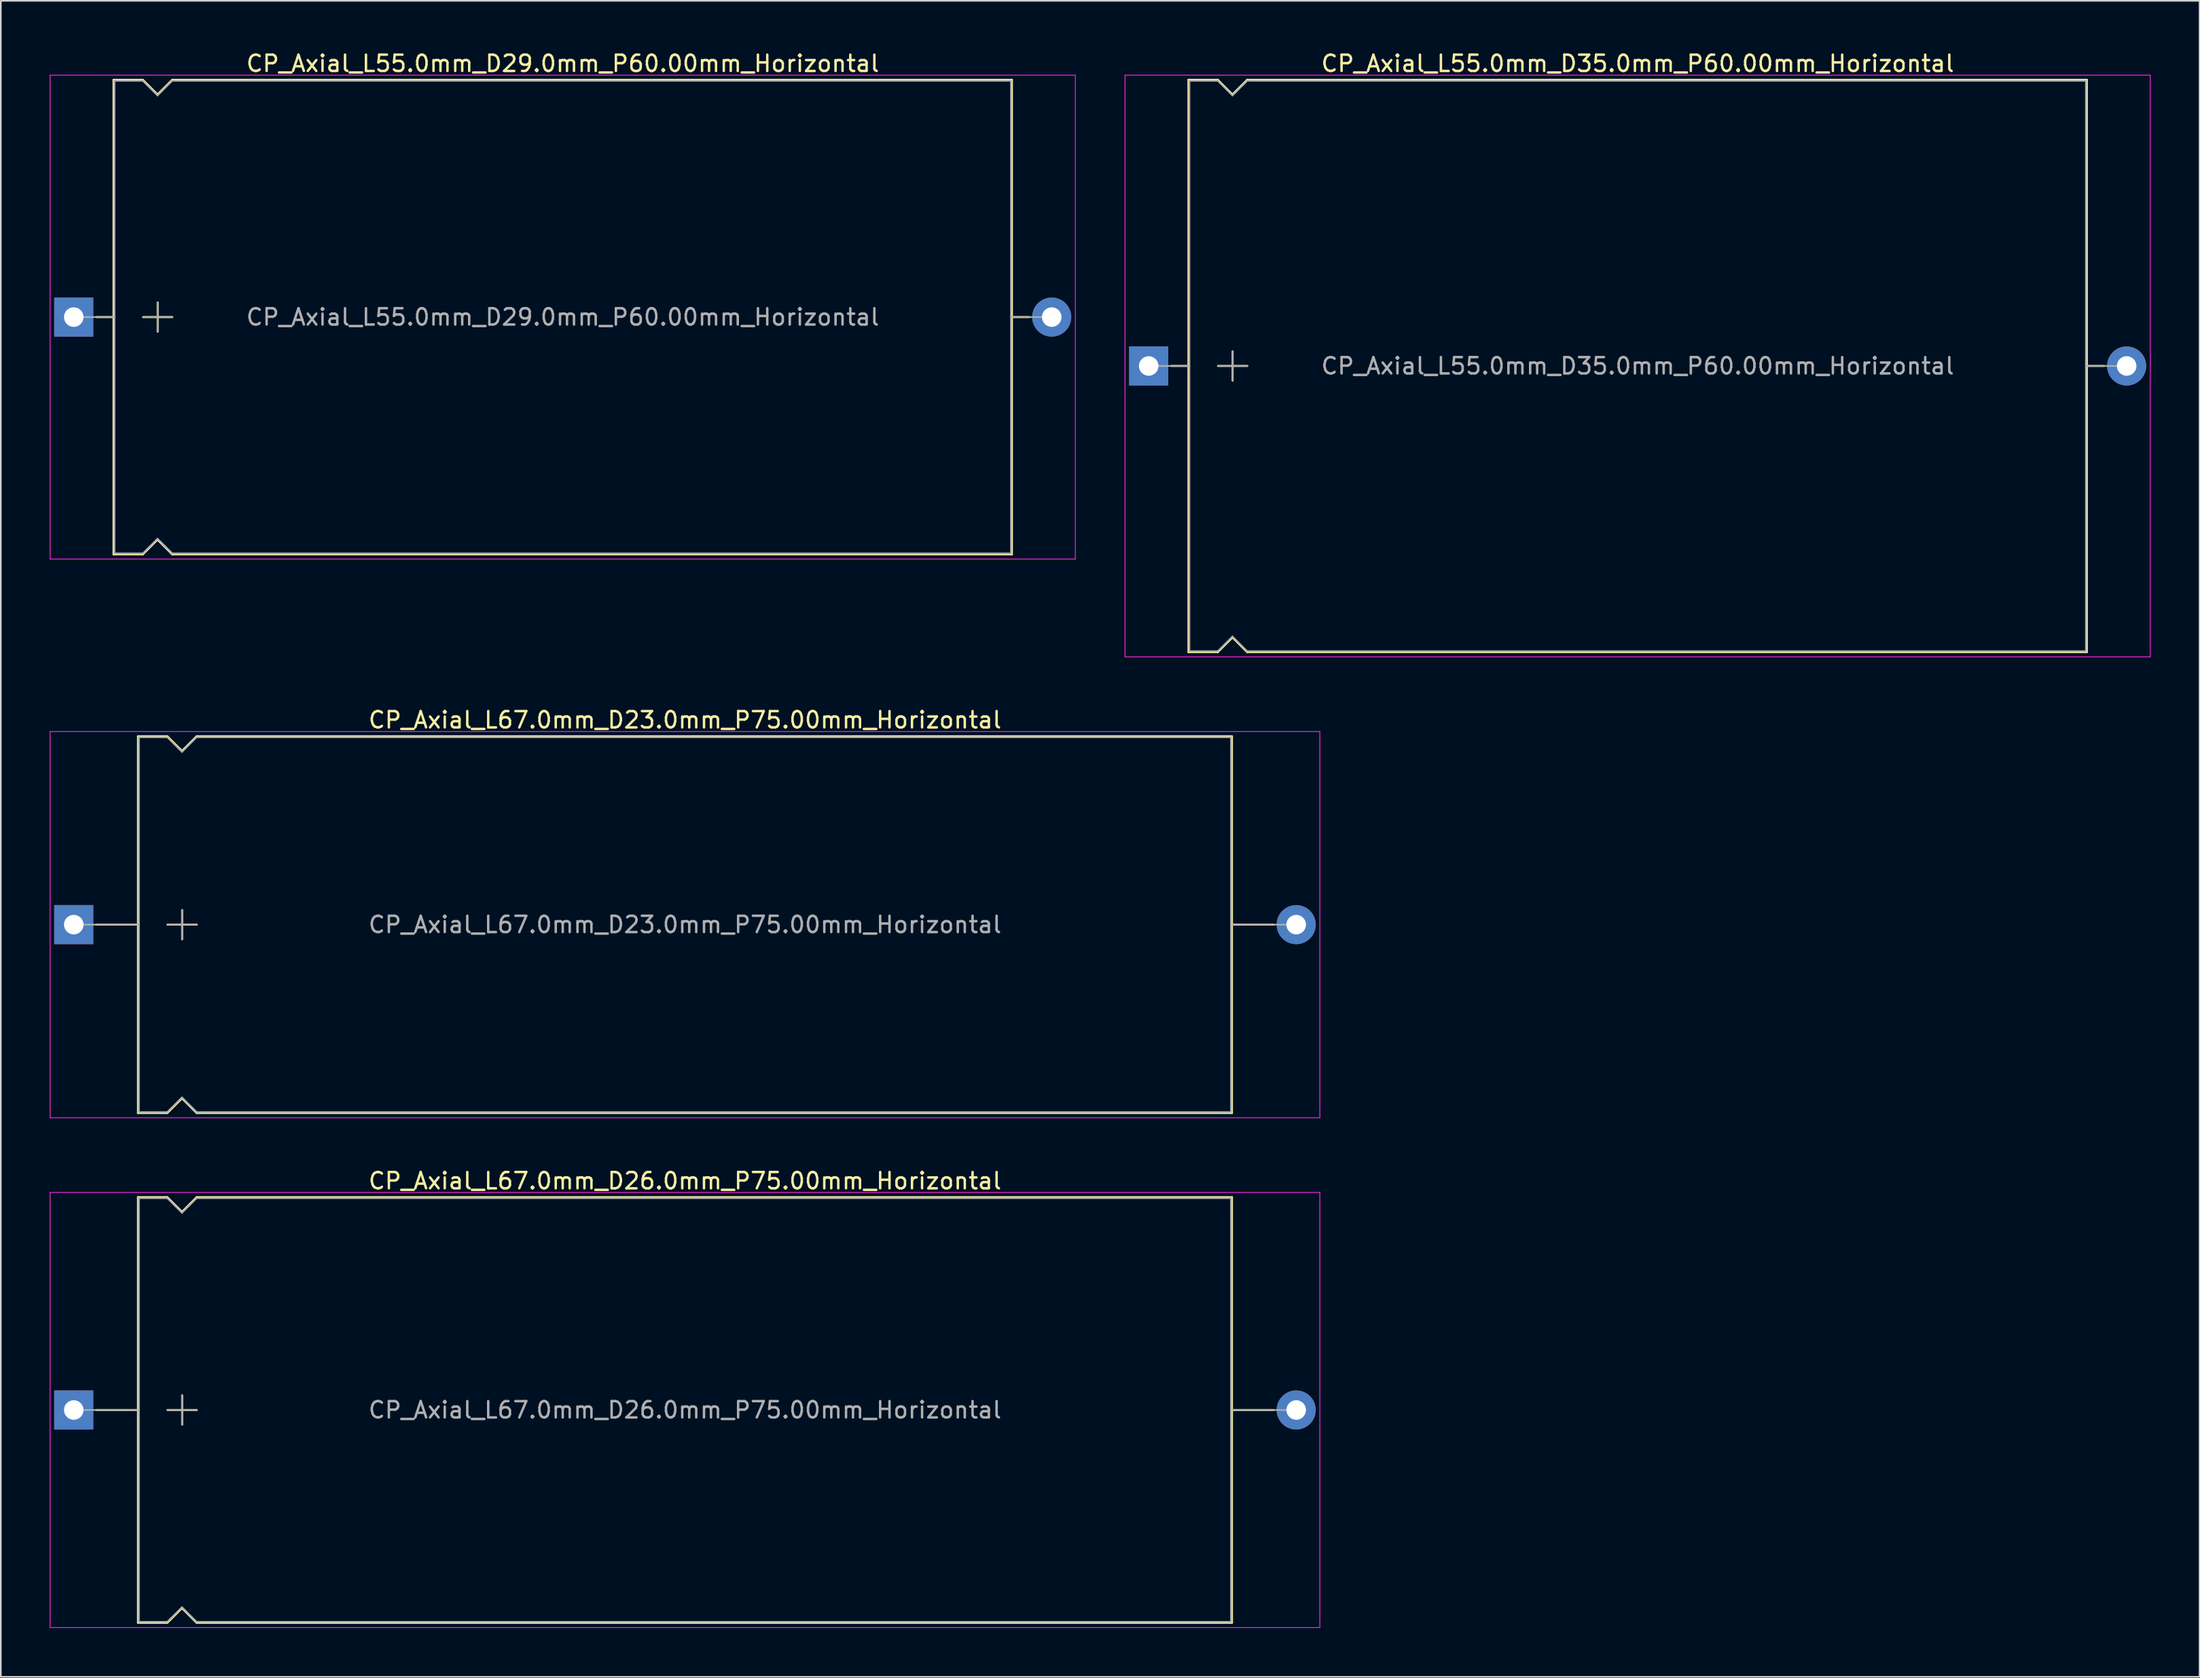
<source format=kicad_pcb>
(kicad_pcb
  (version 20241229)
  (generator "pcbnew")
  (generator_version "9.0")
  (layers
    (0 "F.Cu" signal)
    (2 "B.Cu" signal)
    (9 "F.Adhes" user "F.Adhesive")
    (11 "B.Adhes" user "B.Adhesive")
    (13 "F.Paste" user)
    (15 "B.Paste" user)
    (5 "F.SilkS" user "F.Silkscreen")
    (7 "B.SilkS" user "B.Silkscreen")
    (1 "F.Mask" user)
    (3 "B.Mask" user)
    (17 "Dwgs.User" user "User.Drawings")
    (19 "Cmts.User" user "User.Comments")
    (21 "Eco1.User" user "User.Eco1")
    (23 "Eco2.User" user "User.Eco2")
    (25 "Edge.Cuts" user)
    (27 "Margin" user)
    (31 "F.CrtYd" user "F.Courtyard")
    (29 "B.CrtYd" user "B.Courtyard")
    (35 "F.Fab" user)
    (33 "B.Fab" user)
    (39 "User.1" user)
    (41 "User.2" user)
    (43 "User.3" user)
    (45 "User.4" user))
  (footprint "CP_Axial_L67.0mm_D23.0mm_P75.00mm_Horizontal"
    (layer "F.Cu")
    (at 1.475 53.691)
    (property "Reference" "CP_Axial_L67.0mm_D23.0mm_P75.00mm_Horizontal" (at 37.5 -12.56 0) (layer "F.SilkS") (effects (font (size 1 1) (thickness 0.15))))
    (attr through_hole)
    (fp_line (start 1.38 0) (end 3.94 0) (stroke (width 0.12) (type solid)) (layer "F.SilkS"))
    (fp_line (start 3.94 -11.56) (end 3.94 11.56) (stroke (width 0.12) (type solid)) (layer "F.SilkS"))
    (fp_line (start 3.94 -11.56) (end 5.74 -11.56) (stroke (width 0.12) (type solid)) (layer "F.SilkS"))
    (fp_line (start 3.94 11.56) (end 5.74 11.56) (stroke (width 0.12) (type solid)) (layer "F.SilkS"))
    (fp_line (start 5.74 -11.56) (end 6.64 -10.66) (stroke (width 0.12) (type solid)) (layer "F.SilkS"))
    (fp_line (start 5.74 11.56) (end 6.64 10.66) (stroke (width 0.12) (type solid)) (layer "F.SilkS"))
    (fp_line (start 5.75 0) (end 7.55 0) (stroke (width 0.12) (type solid)) (layer "F.SilkS"))
    (fp_line (start 6.64 -10.66) (end 7.54 -11.56) (stroke (width 0.12) (type solid)) (layer "F.SilkS"))
    (fp_line (start 6.64 10.66) (end 7.54 11.56) (stroke (width 0.12) (type solid)) (layer "F.SilkS"))
    (fp_line (start 6.65 -0.9) (end 6.65 0.9) (stroke (width 0.12) (type solid)) (layer "F.SilkS"))
    (fp_line (start 7.54 -11.56) (end 71.06 -11.56) (stroke (width 0.12) (type solid)) (layer "F.SilkS"))
    (fp_line (start 7.54 11.56) (end 71.06 11.56) (stroke (width 0.12) (type solid)) (layer "F.SilkS"))
    (fp_line (start 71.06 -11.56) (end 71.06 11.56) (stroke (width 0.12) (type solid)) (layer "F.SilkS"))
    (fp_line (start 73.62 0) (end 71.06 0) (stroke (width 0.12) (type solid)) (layer "F.SilkS"))
    (fp_line (start -1.45 -11.85) (end -1.45 11.85) (stroke (width 0.05) (type solid)) (layer "F.CrtYd"))
    (fp_line (start -1.45 11.85) (end 76.45 11.85) (stroke (width 0.05) (type solid)) (layer "F.CrtYd"))
    (fp_line (start 76.45 -11.85) (end -1.45 -11.85) (stroke (width 0.05) (type solid)) (layer "F.CrtYd"))
    (fp_line (start 76.45 11.85) (end 76.45 -11.85) (stroke (width 0.05) (type solid)) (layer "F.CrtYd"))
    (fp_line (start 0 0) (end 4 0) (stroke (width 0.1) (type solid)) (layer "F.Fab"))
    (fp_line (start 4 -11.5) (end 4 11.5) (stroke (width 0.1) (type solid)) (layer "F.Fab"))
    (fp_line (start 4 -11.5) (end 5.74 -11.5) (stroke (width 0.1) (type solid)) (layer "F.Fab"))
    (fp_line (start 4 11.5) (end 5.74 11.5) (stroke (width 0.1) (type solid)) (layer "F.Fab"))
    (fp_line (start 5.74 -11.5) (end 6.64 -10.6) (stroke (width 0.1) (type solid)) (layer "F.Fab"))
    (fp_line (start 5.74 11.5) (end 6.64 10.6) (stroke (width 0.1) (type solid)) (layer "F.Fab"))
    (fp_line (start 5.75 0) (end 7.55 0) (stroke (width 0.1) (type solid)) (layer "F.Fab"))
    (fp_line (start 6.64 -10.6) (end 7.54 -11.5) (stroke (width 0.1) (type solid)) (layer "F.Fab"))
    (fp_line (start 6.64 10.6) (end 7.54 11.5) (stroke (width 0.1) (type solid)) (layer "F.Fab"))
    (fp_line (start 6.65 -0.9) (end 6.65 0.9) (stroke (width 0.1) (type solid)) (layer "F.Fab"))
    (fp_line (start 7.54 -11.5) (end 71 -11.5) (stroke (width 0.1) (type solid)) (layer "F.Fab"))
    (fp_line (start 7.54 11.5) (end 71 11.5) (stroke (width 0.1) (type solid)) (layer "F.Fab"))
    (fp_line (start 71 -11.5) (end 71 11.5) (stroke (width 0.1) (type solid)) (layer "F.Fab"))
    (fp_line (start 75 0) (end 71 0) (stroke (width 0.1) (type solid)) (layer "F.Fab"))
    (fp_text user "${REFERENCE}" (at 37.5 0 0) (layer "F.Fab") (effects (font (size 1 1) (thickness 0.15))))
    (pad "1" thru_hole rect (at 0 0) (size 2.4 2.4) (drill 1.2) (layers "*.Cu" "*.Mask"))
    (pad "2" thru_hole oval (at 75 0) (size 2.4 2.4) (drill 1.2) (layers "*.Cu" "*.Mask")))
  (footprint "CP_Axial_L55.0mm_D29.0mm_P60.00mm_Horizontal"
    (layer "F.Cu")
    (at 1.475 16.408)
    (property "Reference" "CP_Axial_L55.0mm_D29.0mm_P60.00mm_Horizontal" (at 30 -15.56 0) (layer "F.SilkS") (effects (font (size 1 1) (thickness 0.15))))
    (attr through_hole)
    (fp_line (start 1.38 0) (end 2.44 0) (stroke (width 0.12) (type solid)) (layer "F.SilkS"))
    (fp_line (start 2.44 -14.56) (end 2.44 14.56) (stroke (width 0.12) (type solid)) (layer "F.SilkS"))
    (fp_line (start 2.44 -14.56) (end 4.24 -14.56) (stroke (width 0.12) (type solid)) (layer "F.SilkS"))
    (fp_line (start 2.44 14.56) (end 4.24 14.56) (stroke (width 0.12) (type solid)) (layer "F.SilkS"))
    (fp_line (start 4.24 -14.56) (end 5.14 -13.66) (stroke (width 0.12) (type solid)) (layer "F.SilkS"))
    (fp_line (start 4.24 14.56) (end 5.14 13.66) (stroke (width 0.12) (type solid)) (layer "F.SilkS"))
    (fp_line (start 4.25 0) (end 6.05 0) (stroke (width 0.12) (type solid)) (layer "F.SilkS"))
    (fp_line (start 5.14 -13.66) (end 6.04 -14.56) (stroke (width 0.12) (type solid)) (layer "F.SilkS"))
    (fp_line (start 5.14 13.66) (end 6.04 14.56) (stroke (width 0.12) (type solid)) (layer "F.SilkS"))
    (fp_line (start 5.15 -0.9) (end 5.15 0.9) (stroke (width 0.12) (type solid)) (layer "F.SilkS"))
    (fp_line (start 6.04 -14.56) (end 57.56 -14.56) (stroke (width 0.12) (type solid)) (layer "F.SilkS"))
    (fp_line (start 6.04 14.56) (end 57.56 14.56) (stroke (width 0.12) (type solid)) (layer "F.SilkS"))
    (fp_line (start 57.56 -14.56) (end 57.56 14.56) (stroke (width 0.12) (type solid)) (layer "F.SilkS"))
    (fp_line (start 58.62 0) (end 57.56 0) (stroke (width 0.12) (type solid)) (layer "F.SilkS"))
    (fp_line (start -1.45 -14.85) (end -1.45 14.85) (stroke (width 0.05) (type solid)) (layer "F.CrtYd"))
    (fp_line (start -1.45 14.85) (end 61.45 14.85) (stroke (width 0.05) (type solid)) (layer "F.CrtYd"))
    (fp_line (start 61.45 -14.85) (end -1.45 -14.85) (stroke (width 0.05) (type solid)) (layer "F.CrtYd"))
    (fp_line (start 61.45 14.85) (end 61.45 -14.85) (stroke (width 0.05) (type solid)) (layer "F.CrtYd"))
    (fp_line (start 0 0) (end 2.5 0) (stroke (width 0.1) (type solid)) (layer "F.Fab"))
    (fp_line (start 2.5 -14.5) (end 2.5 14.5) (stroke (width 0.1) (type solid)) (layer "F.Fab"))
    (fp_line (start 2.5 -14.5) (end 4.24 -14.5) (stroke (width 0.1) (type solid)) (layer "F.Fab"))
    (fp_line (start 2.5 14.5) (end 4.24 14.5) (stroke (width 0.1) (type solid)) (layer "F.Fab"))
    (fp_line (start 4.24 -14.5) (end 5.14 -13.6) (stroke (width 0.1) (type solid)) (layer "F.Fab"))
    (fp_line (start 4.24 14.5) (end 5.14 13.6) (stroke (width 0.1) (type solid)) (layer "F.Fab"))
    (fp_line (start 4.25 0) (end 6.05 0) (stroke (width 0.1) (type solid)) (layer "F.Fab"))
    (fp_line (start 5.14 -13.6) (end 6.04 -14.5) (stroke (width 0.1) (type solid)) (layer "F.Fab"))
    (fp_line (start 5.14 13.6) (end 6.04 14.5) (stroke (width 0.1) (type solid)) (layer "F.Fab"))
    (fp_line (start 5.15 -0.9) (end 5.15 0.9) (stroke (width 0.1) (type solid)) (layer "F.Fab"))
    (fp_line (start 6.04 -14.5) (end 57.5 -14.5) (stroke (width 0.1) (type solid)) (layer "F.Fab"))
    (fp_line (start 6.04 14.5) (end 57.5 14.5) (stroke (width 0.1) (type solid)) (layer "F.Fab"))
    (fp_line (start 57.5 -14.5) (end 57.5 14.5) (stroke (width 0.1) (type solid)) (layer "F.Fab"))
    (fp_line (start 60 0) (end 57.5 0) (stroke (width 0.1) (type solid)) (layer "F.Fab"))
    (fp_text user "${REFERENCE}" (at 30 0 0) (layer "F.Fab") (effects (font (size 1 1) (thickness 0.15))))
    (pad "1" thru_hole rect (at 0 0) (size 2.4 2.4) (drill 1.2) (layers "*.Cu" "*.Mask"))
    (pad "2" thru_hole oval (at 60 0) (size 2.4 2.4) (drill 1.2) (layers "*.Cu" "*.Mask")))
  (footprint "CP_Axial_L67.0mm_D26.0mm_P75.00mm_Horizontal"
    (layer "F.Cu")
    (at 1.475 83.475)
    (property "Reference" "CP_Axial_L67.0mm_D26.0mm_P75.00mm_Horizontal" (at 37.5 -14.06 0) (layer "F.SilkS") (effects (font (size 1 1) (thickness 0.15))))
    (attr through_hole)
    (fp_line (start 1.38 0) (end 3.94 0) (stroke (width 0.12) (type solid)) (layer "F.SilkS"))
    (fp_line (start 3.94 -13.06) (end 3.94 13.06) (stroke (width 0.12) (type solid)) (layer "F.SilkS"))
    (fp_line (start 3.94 -13.06) (end 5.74 -13.06) (stroke (width 0.12) (type solid)) (layer "F.SilkS"))
    (fp_line (start 3.94 13.06) (end 5.74 13.06) (stroke (width 0.12) (type solid)) (layer "F.SilkS"))
    (fp_line (start 5.74 -13.06) (end 6.64 -12.16) (stroke (width 0.12) (type solid)) (layer "F.SilkS"))
    (fp_line (start 5.74 13.06) (end 6.64 12.16) (stroke (width 0.12) (type solid)) (layer "F.SilkS"))
    (fp_line (start 5.75 0) (end 7.55 0) (stroke (width 0.12) (type solid)) (layer "F.SilkS"))
    (fp_line (start 6.64 -12.16) (end 7.54 -13.06) (stroke (width 0.12) (type solid)) (layer "F.SilkS"))
    (fp_line (start 6.64 12.16) (end 7.54 13.06) (stroke (width 0.12) (type solid)) (layer "F.SilkS"))
    (fp_line (start 6.65 -0.9) (end 6.65 0.9) (stroke (width 0.12) (type solid)) (layer "F.SilkS"))
    (fp_line (start 7.54 -13.06) (end 71.06 -13.06) (stroke (width 0.12) (type solid)) (layer "F.SilkS"))
    (fp_line (start 7.54 13.06) (end 71.06 13.06) (stroke (width 0.12) (type solid)) (layer "F.SilkS"))
    (fp_line (start 71.06 -13.06) (end 71.06 13.06) (stroke (width 0.12) (type solid)) (layer "F.SilkS"))
    (fp_line (start 73.62 0) (end 71.06 0) (stroke (width 0.12) (type solid)) (layer "F.SilkS"))
    (fp_line (start -1.45 -13.35) (end -1.45 13.35) (stroke (width 0.05) (type solid)) (layer "F.CrtYd"))
    (fp_line (start -1.45 13.35) (end 76.45 13.35) (stroke (width 0.05) (type solid)) (layer "F.CrtYd"))
    (fp_line (start 76.45 -13.35) (end -1.45 -13.35) (stroke (width 0.05) (type solid)) (layer "F.CrtYd"))
    (fp_line (start 76.45 13.35) (end 76.45 -13.35) (stroke (width 0.05) (type solid)) (layer "F.CrtYd"))
    (fp_line (start 0 0) (end 4 0) (stroke (width 0.1) (type solid)) (layer "F.Fab"))
    (fp_line (start 4 -13) (end 4 13) (stroke (width 0.1) (type solid)) (layer "F.Fab"))
    (fp_line (start 4 -13) (end 5.74 -13) (stroke (width 0.1) (type solid)) (layer "F.Fab"))
    (fp_line (start 4 13) (end 5.74 13) (stroke (width 0.1) (type solid)) (layer "F.Fab"))
    (fp_line (start 5.74 -13) (end 6.64 -12.1) (stroke (width 0.1) (type solid)) (layer "F.Fab"))
    (fp_line (start 5.74 13) (end 6.64 12.1) (stroke (width 0.1) (type solid)) (layer "F.Fab"))
    (fp_line (start 5.75 0) (end 7.55 0) (stroke (width 0.1) (type solid)) (layer "F.Fab"))
    (fp_line (start 6.64 -12.1) (end 7.54 -13) (stroke (width 0.1) (type solid)) (layer "F.Fab"))
    (fp_line (start 6.64 12.1) (end 7.54 13) (stroke (width 0.1) (type solid)) (layer "F.Fab"))
    (fp_line (start 6.65 -0.9) (end 6.65 0.9) (stroke (width 0.1) (type solid)) (layer "F.Fab"))
    (fp_line (start 7.54 -13) (end 71 -13) (stroke (width 0.1) (type solid)) (layer "F.Fab"))
    (fp_line (start 7.54 13) (end 71 13) (stroke (width 0.1) (type solid)) (layer "F.Fab"))
    (fp_line (start 71 -13) (end 71 13) (stroke (width 0.1) (type solid)) (layer "F.Fab"))
    (fp_line (start 75 0) (end 71 0) (stroke (width 0.1) (type solid)) (layer "F.Fab"))
    (fp_text user "${REFERENCE}" (at 37.5 0 0) (layer "F.Fab") (effects (font (size 1 1) (thickness 0.15))))
    (pad "1" thru_hole rect (at 0 0) (size 2.4 2.4) (drill 1.2) (layers "*.Cu" "*.Mask"))
    (pad "2" thru_hole oval (at 75 0) (size 2.4 2.4) (drill 1.2) (layers "*.Cu" "*.Mask")))
  (footprint "CP_Axial_L55.0mm_D35.0mm_P60.00mm_Horizontal"
    (layer "F.Cu")
    (at 67.425 19.408)
    (property "Reference" "CP_Axial_L55.0mm_D35.0mm_P60.00mm_Horizontal" (at 30 -18.56 0) (layer "F.SilkS") (effects (font (size 1 1) (thickness 0.15))))
    (attr through_hole)
    (fp_line (start 1.38 0) (end 2.44 0) (stroke (width 0.12) (type solid)) (layer "F.SilkS"))
    (fp_line (start 2.44 -17.56) (end 2.44 17.56) (stroke (width 0.12) (type solid)) (layer "F.SilkS"))
    (fp_line (start 2.44 -17.56) (end 4.24 -17.56) (stroke (width 0.12) (type solid)) (layer "F.SilkS"))
    (fp_line (start 2.44 17.56) (end 4.24 17.56) (stroke (width 0.12) (type solid)) (layer "F.SilkS"))
    (fp_line (start 4.24 -17.56) (end 5.14 -16.66) (stroke (width 0.12) (type solid)) (layer "F.SilkS"))
    (fp_line (start 4.24 17.56) (end 5.14 16.66) (stroke (width 0.12) (type solid)) (layer "F.SilkS"))
    (fp_line (start 4.25 0) (end 6.05 0) (stroke (width 0.12) (type solid)) (layer "F.SilkS"))
    (fp_line (start 5.14 -16.66) (end 6.04 -17.56) (stroke (width 0.12) (type solid)) (layer "F.SilkS"))
    (fp_line (start 5.14 16.66) (end 6.04 17.56) (stroke (width 0.12) (type solid)) (layer "F.SilkS"))
    (fp_line (start 5.15 -0.9) (end 5.15 0.9) (stroke (width 0.12) (type solid)) (layer "F.SilkS"))
    (fp_line (start 6.04 -17.56) (end 57.56 -17.56) (stroke (width 0.12) (type solid)) (layer "F.SilkS"))
    (fp_line (start 6.04 17.56) (end 57.56 17.56) (stroke (width 0.12) (type solid)) (layer "F.SilkS"))
    (fp_line (start 57.56 -17.56) (end 57.56 17.56) (stroke (width 0.12) (type solid)) (layer "F.SilkS"))
    (fp_line (start 58.62 0) (end 57.56 0) (stroke (width 0.12) (type solid)) (layer "F.SilkS"))
    (fp_line (start -1.45 -17.85) (end -1.45 17.85) (stroke (width 0.05) (type solid)) (layer "F.CrtYd"))
    (fp_line (start -1.45 17.85) (end 61.45 17.85) (stroke (width 0.05) (type solid)) (layer "F.CrtYd"))
    (fp_line (start 61.45 -17.85) (end -1.45 -17.85) (stroke (width 0.05) (type solid)) (layer "F.CrtYd"))
    (fp_line (start 61.45 17.85) (end 61.45 -17.85) (stroke (width 0.05) (type solid)) (layer "F.CrtYd"))
    (fp_line (start 0 0) (end 2.5 0) (stroke (width 0.1) (type solid)) (layer "F.Fab"))
    (fp_line (start 2.5 -17.5) (end 2.5 17.5) (stroke (width 0.1) (type solid)) (layer "F.Fab"))
    (fp_line (start 2.5 -17.5) (end 4.24 -17.5) (stroke (width 0.1) (type solid)) (layer "F.Fab"))
    (fp_line (start 2.5 17.5) (end 4.24 17.5) (stroke (width 0.1) (type solid)) (layer "F.Fab"))
    (fp_line (start 4.24 -17.5) (end 5.14 -16.6) (stroke (width 0.1) (type solid)) (layer "F.Fab"))
    (fp_line (start 4.24 17.5) (end 5.14 16.6) (stroke (width 0.1) (type solid)) (layer "F.Fab"))
    (fp_line (start 4.25 0) (end 6.05 0) (stroke (width 0.1) (type solid)) (layer "F.Fab"))
    (fp_line (start 5.14 -16.6) (end 6.04 -17.5) (stroke (width 0.1) (type solid)) (layer "F.Fab"))
    (fp_line (start 5.14 16.6) (end 6.04 17.5) (stroke (width 0.1) (type solid)) (layer "F.Fab"))
    (fp_line (start 5.15 -0.9) (end 5.15 0.9) (stroke (width 0.1) (type solid)) (layer "F.Fab"))
    (fp_line (start 6.04 -17.5) (end 57.5 -17.5) (stroke (width 0.1) (type solid)) (layer "F.Fab"))
    (fp_line (start 6.04 17.5) (end 57.5 17.5) (stroke (width 0.1) (type solid)) (layer "F.Fab"))
    (fp_line (start 57.5 -17.5) (end 57.5 17.5) (stroke (width 0.1) (type solid)) (layer "F.Fab"))
    (fp_line (start 60 0) (end 57.5 0) (stroke (width 0.1) (type solid)) (layer "F.Fab"))
    (fp_text user "${REFERENCE}" (at 30 0 0) (layer "F.Fab") (effects (font (size 1 1) (thickness 0.15))))
    (pad "1" thru_hole rect (at 0 0) (size 2.4 2.4) (drill 1.2) (layers "*.Cu" "*.Mask"))
    (pad "2" thru_hole oval (at 60 0) (size 2.4 2.4) (drill 1.2) (layers "*.Cu" "*.Mask")))
  (gr_rect
    (start -3 -3)
    (end 131.9 99.85)
    (stroke (width 0.1) (type default))
    (fill no)
    (layer "Edge.Cuts")))
</source>
